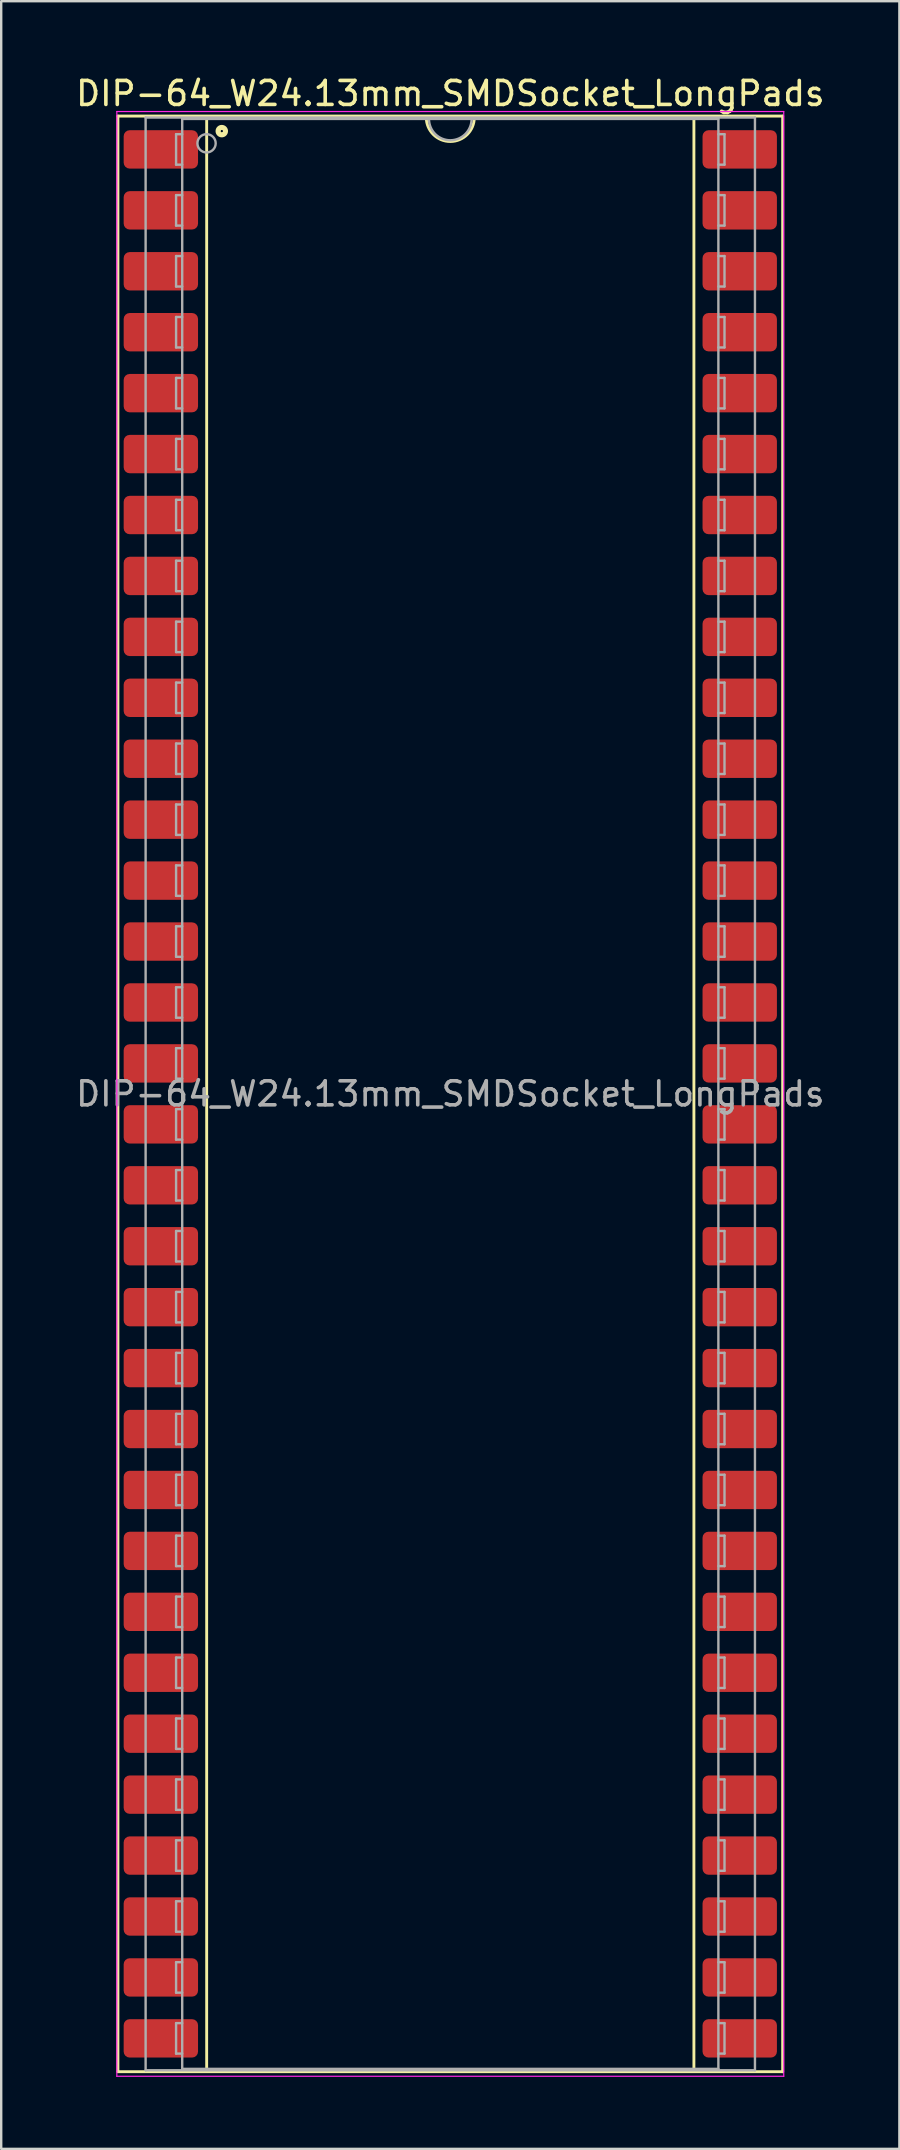
<source format=kicad_pcb>
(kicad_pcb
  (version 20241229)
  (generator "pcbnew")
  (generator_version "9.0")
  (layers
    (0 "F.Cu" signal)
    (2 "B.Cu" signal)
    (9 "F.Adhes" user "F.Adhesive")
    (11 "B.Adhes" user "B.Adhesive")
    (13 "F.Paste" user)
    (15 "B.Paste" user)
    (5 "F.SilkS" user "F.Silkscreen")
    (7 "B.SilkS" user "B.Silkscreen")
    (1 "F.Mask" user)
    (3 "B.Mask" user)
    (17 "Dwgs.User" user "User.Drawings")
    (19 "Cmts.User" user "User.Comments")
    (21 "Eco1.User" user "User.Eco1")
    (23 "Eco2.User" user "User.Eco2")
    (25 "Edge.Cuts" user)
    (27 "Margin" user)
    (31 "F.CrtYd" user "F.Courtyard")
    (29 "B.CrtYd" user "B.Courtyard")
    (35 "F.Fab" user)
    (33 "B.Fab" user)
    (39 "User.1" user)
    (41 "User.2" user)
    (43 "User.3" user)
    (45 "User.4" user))
  (footprint "DIP-64_W24.13mm_SMDSocket_LongPads"
    (layer "F.Cu")
    (at 15.72 42.548)
    (property "Reference" "DIP-64_W24.13mm_SMDSocket_LongPads" (at 0 -41.7 0) (layer "F.SilkS") (effects (font (size 1 1) (thickness 0.15))))
    (attr smd)
    (fp_line (start -13.855 -40.76) (end -13.855 40.76) (stroke (width 0.12) (type solid)) (layer "F.SilkS"))
    (fp_line (start -13.855 40.76) (end 13.855 40.76) (stroke (width 0.12) (type solid)) (layer "F.SilkS"))
    (fp_line (start -10.155 -40.7) (end -10.155 40.7) (stroke (width 0.12) (type solid)) (layer "F.SilkS"))
    (fp_line (start -10.155 40.7) (end 10.155 40.7) (stroke (width 0.12) (type solid)) (layer "F.SilkS"))
    (fp_line (start -1 -40.7) (end -10.155 -40.7) (stroke (width 0.12) (type solid)) (layer "F.SilkS"))
    (fp_line (start 10.155 -40.7) (end 1 -40.7) (stroke (width 0.12) (type solid)) (layer "F.SilkS"))
    (fp_line (start 10.155 40.7) (end 10.155 -40.7) (stroke (width 0.12) (type solid)) (layer "F.SilkS"))
    (fp_line (start 13.855 -40.76) (end -13.855 -40.76) (stroke (width 0.12) (type solid)) (layer "F.SilkS"))
    (fp_line (start 13.855 40.76) (end 13.855 -40.76) (stroke (width 0.12) (type solid)) (layer "F.SilkS"))
    (fp_arc (start 1 -40.7) (mid 0 -39.7) (end -1 -40.7) (stroke (width 0.12) (type solid)) (layer "F.SilkS"))
    (fp_circle (center -9.525 -40.132) (end -9.475 -40.132) (stroke (width 0.12) (type solid)) (fill no) (layer "F.SilkS"))
    (fp_circle (center -9.525 -40.132) (end -9.4 -40.132) (stroke (width 0.12) (type solid)) (fill no) (layer "F.SilkS"))
    (fp_circle (center -9.525 -40.132) (end -9.325 -40.132) (stroke (width 0.12) (type solid)) (fill no) (layer "F.SilkS"))
    (fp_line (start -13.9 -40.95) (end -13.9 40.95) (stroke (width 0.05) (type solid)) (layer "F.CrtYd"))
    (fp_line (start -13.9 40.95) (end 13.9 40.95) (stroke (width 0.05) (type solid)) (layer "F.CrtYd"))
    (fp_line (start 13.9 -40.95) (end -13.9 -40.95) (stroke (width 0.05) (type solid)) (layer "F.CrtYd"))
    (fp_line (start 13.9 40.95) (end 13.9 -40.95) (stroke (width 0.05) (type solid)) (layer "F.CrtYd"))
    (fp_line (start -12.7 -40.7) (end -12.7 40.7) (stroke (width 0.1) (type solid)) (layer "F.Fab"))
    (fp_line (start -12.7 40.7) (end 12.7 40.7) (stroke (width 0.1) (type solid)) (layer "F.Fab"))
    (fp_line (start -11.43 -40.005) (end -11.43 -38.735) (stroke (width 0.1) (type solid)) (layer "F.Fab"))
    (fp_line (start -11.43 -40.005) (end -11.176 -40.005) (stroke (width 0.1) (type solid)) (layer "F.Fab"))
    (fp_line (start -11.43 -38.735) (end -11.176 -38.735) (stroke (width 0.1) (type solid)) (layer "F.Fab"))
    (fp_line (start -11.43 -37.465) (end -11.43 -36.195) (stroke (width 0.1) (type solid)) (layer "F.Fab"))
    (fp_line (start -11.43 -37.465) (end -11.176 -37.465) (stroke (width 0.1) (type solid)) (layer "F.Fab"))
    (fp_line (start -11.43 -36.195) (end -11.176 -36.195) (stroke (width 0.1) (type solid)) (layer "F.Fab"))
    (fp_line (start -11.43 -34.925) (end -11.43 -33.655) (stroke (width 0.1) (type solid)) (layer "F.Fab"))
    (fp_line (start -11.43 -34.925) (end -11.176 -34.925) (stroke (width 0.1) (type solid)) (layer "F.Fab"))
    (fp_line (start -11.43 -33.655) (end -11.176 -33.655) (stroke (width 0.1) (type solid)) (layer "F.Fab"))
    (fp_line (start -11.43 -32.385) (end -11.43 -31.115) (stroke (width 0.1) (type solid)) (layer "F.Fab"))
    (fp_line (start -11.43 -32.385) (end -11.176 -32.385) (stroke (width 0.1) (type solid)) (layer "F.Fab"))
    (fp_line (start -11.43 -31.115) (end -11.176 -31.115) (stroke (width 0.1) (type solid)) (layer "F.Fab"))
    (fp_line (start -11.43 -29.845) (end -11.43 -28.575) (stroke (width 0.1) (type solid)) (layer "F.Fab"))
    (fp_line (start -11.43 -29.845) (end -11.176 -29.845) (stroke (width 0.1) (type solid)) (layer "F.Fab"))
    (fp_line (start -11.43 -28.575) (end -11.176 -28.575) (stroke (width 0.1) (type solid)) (layer "F.Fab"))
    (fp_line (start -11.43 -27.305) (end -11.43 -26.035) (stroke (width 0.1) (type solid)) (layer "F.Fab"))
    (fp_line (start -11.43 -27.305) (end -11.176 -27.305) (stroke (width 0.1) (type solid)) (layer "F.Fab"))
    (fp_line (start -11.43 -26.035) (end -11.176 -26.035) (stroke (width 0.1) (type solid)) (layer "F.Fab"))
    (fp_line (start -11.43 -24.765) (end -11.43 -23.495) (stroke (width 0.1) (type solid)) (layer "F.Fab"))
    (fp_line (start -11.43 -24.765) (end -11.176 -24.765) (stroke (width 0.1) (type solid)) (layer "F.Fab"))
    (fp_line (start -11.43 -23.495) (end -11.176 -23.495) (stroke (width 0.1) (type solid)) (layer "F.Fab"))
    (fp_line (start -11.43 -22.225) (end -11.43 -20.955) (stroke (width 0.1) (type solid)) (layer "F.Fab"))
    (fp_line (start -11.43 -22.225) (end -11.176 -22.225) (stroke (width 0.1) (type solid)) (layer "F.Fab"))
    (fp_line (start -11.43 -20.955) (end -11.176 -20.955) (stroke (width 0.1) (type solid)) (layer "F.Fab"))
    (fp_line (start -11.43 -19.685) (end -11.43 -18.415) (stroke (width 0.1) (type solid)) (layer "F.Fab"))
    (fp_line (start -11.43 -19.685) (end -11.176 -19.685) (stroke (width 0.1) (type solid)) (layer "F.Fab"))
    (fp_line (start -11.43 -18.415) (end -11.176 -18.415) (stroke (width 0.1) (type solid)) (layer "F.Fab"))
    (fp_line (start -11.43 -17.145) (end -11.43 -15.875) (stroke (width 0.1) (type solid)) (layer "F.Fab"))
    (fp_line (start -11.43 -17.145) (end -11.176 -17.145) (stroke (width 0.1) (type solid)) (layer "F.Fab"))
    (fp_line (start -11.43 -15.875) (end -11.176 -15.875) (stroke (width 0.1) (type solid)) (layer "F.Fab"))
    (fp_line (start -11.43 -14.605) (end -11.43 -13.335) (stroke (width 0.1) (type solid)) (layer "F.Fab"))
    (fp_line (start -11.43 -14.605) (end -11.176 -14.605) (stroke (width 0.1) (type solid)) (layer "F.Fab"))
    (fp_line (start -11.43 -13.335) (end -11.176 -13.335) (stroke (width 0.1) (type solid)) (layer "F.Fab"))
    (fp_line (start -11.43 -12.065) (end -11.43 -10.795) (stroke (width 0.1) (type solid)) (layer "F.Fab"))
    (fp_line (start -11.43 -12.065) (end -11.176 -12.065) (stroke (width 0.1) (type solid)) (layer "F.Fab"))
    (fp_line (start -11.43 -10.795) (end -11.176 -10.795) (stroke (width 0.1) (type solid)) (layer "F.Fab"))
    (fp_line (start -11.43 -9.525) (end -11.43 -8.255) (stroke (width 0.1) (type solid)) (layer "F.Fab"))
    (fp_line (start -11.43 -9.525) (end -11.176 -9.525) (stroke (width 0.1) (type solid)) (layer "F.Fab"))
    (fp_line (start -11.43 -8.255) (end -11.176 -8.255) (stroke (width 0.1) (type solid)) (layer "F.Fab"))
    (fp_line (start -11.43 -6.985) (end -11.43 -5.715) (stroke (width 0.1) (type solid)) (layer "F.Fab"))
    (fp_line (start -11.43 -6.985) (end -11.176 -6.985) (stroke (width 0.1) (type solid)) (layer "F.Fab"))
    (fp_line (start -11.43 -5.715) (end -11.176 -5.715) (stroke (width 0.1) (type solid)) (layer "F.Fab"))
    (fp_line (start -11.43 -4.445) (end -11.43 -3.175) (stroke (width 0.1) (type solid)) (layer "F.Fab"))
    (fp_line (start -11.43 -4.445) (end -11.176 -4.445) (stroke (width 0.1) (type solid)) (layer "F.Fab"))
    (fp_line (start -11.43 -3.175) (end -11.176 -3.175) (stroke (width 0.1) (type solid)) (layer "F.Fab"))
    (fp_line (start -11.43 -1.905) (end -11.43 -0.635) (stroke (width 0.1) (type solid)) (layer "F.Fab"))
    (fp_line (start -11.43 -1.905) (end -11.176 -1.905) (stroke (width 0.1) (type solid)) (layer "F.Fab"))
    (fp_line (start -11.43 -0.635) (end -11.176 -0.635) (stroke (width 0.1) (type solid)) (layer "F.Fab"))
    (fp_line (start -11.43 0.635) (end -11.43 1.905) (stroke (width 0.1) (type solid)) (layer "F.Fab"))
    (fp_line (start -11.43 0.635) (end -11.176 0.635) (stroke (width 0.1) (type solid)) (layer "F.Fab"))
    (fp_line (start -11.43 1.905) (end -11.176 1.905) (stroke (width 0.1) (type solid)) (layer "F.Fab"))
    (fp_line (start -11.43 3.175) (end -11.43 4.445) (stroke (width 0.1) (type solid)) (layer "F.Fab"))
    (fp_line (start -11.43 3.175) (end -11.176 3.175) (stroke (width 0.1) (type solid)) (layer "F.Fab"))
    (fp_line (start -11.43 4.445) (end -11.176 4.445) (stroke (width 0.1) (type solid)) (layer "F.Fab"))
    (fp_line (start -11.43 5.715) (end -11.43 6.985) (stroke (width 0.1) (type solid)) (layer "F.Fab"))
    (fp_line (start -11.43 5.715) (end -11.176 5.715) (stroke (width 0.1) (type solid)) (layer "F.Fab"))
    (fp_line (start -11.43 6.985) (end -11.176 6.985) (stroke (width 0.1) (type solid)) (layer "F.Fab"))
    (fp_line (start -11.43 8.255) (end -11.43 9.525) (stroke (width 0.1) (type solid)) (layer "F.Fab"))
    (fp_line (start -11.43 8.255) (end -11.176 8.255) (stroke (width 0.1) (type solid)) (layer "F.Fab"))
    (fp_line (start -11.43 9.525) (end -11.176 9.525) (stroke (width 0.1) (type solid)) (layer "F.Fab"))
    (fp_line (start -11.43 10.795) (end -11.43 12.065) (stroke (width 0.1) (type solid)) (layer "F.Fab"))
    (fp_line (start -11.43 10.795) (end -11.176 10.795) (stroke (width 0.1) (type solid)) (layer "F.Fab"))
    (fp_line (start -11.43 12.065) (end -11.176 12.065) (stroke (width 0.1) (type solid)) (layer "F.Fab"))
    (fp_line (start -11.43 13.335) (end -11.43 14.605) (stroke (width 0.1) (type solid)) (layer "F.Fab"))
    (fp_line (start -11.43 13.335) (end -11.176 13.335) (stroke (width 0.1) (type solid)) (layer "F.Fab"))
    (fp_line (start -11.43 14.605) (end -11.176 14.605) (stroke (width 0.1) (type solid)) (layer "F.Fab"))
    (fp_line (start -11.43 15.875) (end -11.43 17.145) (stroke (width 0.1) (type solid)) (layer "F.Fab"))
    (fp_line (start -11.43 15.875) (end -11.176 15.875) (stroke (width 0.1) (type solid)) (layer "F.Fab"))
    (fp_line (start -11.43 17.145) (end -11.176 17.145) (stroke (width 0.1) (type solid)) (layer "F.Fab"))
    (fp_line (start -11.43 18.415) (end -11.43 19.685) (stroke (width 0.1) (type solid)) (layer "F.Fab"))
    (fp_line (start -11.43 18.415) (end -11.176 18.415) (stroke (width 0.1) (type solid)) (layer "F.Fab"))
    (fp_line (start -11.43 19.685) (end -11.176 19.685) (stroke (width 0.1) (type solid)) (layer "F.Fab"))
    (fp_line (start -11.43 20.955) (end -11.43 22.225) (stroke (width 0.1) (type solid)) (layer "F.Fab"))
    (fp_line (start -11.43 20.955) (end -11.176 20.955) (stroke (width 0.1) (type solid)) (layer "F.Fab"))
    (fp_line (start -11.43 22.225) (end -11.176 22.225) (stroke (width 0.1) (type solid)) (layer "F.Fab"))
    (fp_line (start -11.43 23.495) (end -11.43 24.765) (stroke (width 0.1) (type solid)) (layer "F.Fab"))
    (fp_line (start -11.43 23.495) (end -11.176 23.495) (stroke (width 0.1) (type solid)) (layer "F.Fab"))
    (fp_line (start -11.43 24.765) (end -11.176 24.765) (stroke (width 0.1) (type solid)) (layer "F.Fab"))
    (fp_line (start -11.43 26.035) (end -11.43 27.305) (stroke (width 0.1) (type solid)) (layer "F.Fab"))
    (fp_line (start -11.43 26.035) (end -11.176 26.035) (stroke (width 0.1) (type solid)) (layer "F.Fab"))
    (fp_line (start -11.43 27.305) (end -11.176 27.305) (stroke (width 0.1) (type solid)) (layer "F.Fab"))
    (fp_line (start -11.43 28.575) (end -11.43 29.845) (stroke (width 0.1) (type solid)) (layer "F.Fab"))
    (fp_line (start -11.43 28.575) (end -11.176 28.575) (stroke (width 0.1) (type solid)) (layer "F.Fab"))
    (fp_line (start -11.43 29.845) (end -11.176 29.845) (stroke (width 0.1) (type solid)) (layer "F.Fab"))
    (fp_line (start -11.43 31.115) (end -11.43 32.385) (stroke (width 0.1) (type solid)) (layer "F.Fab"))
    (fp_line (start -11.43 31.115) (end -11.176 31.115) (stroke (width 0.1) (type solid)) (layer "F.Fab"))
    (fp_line (start -11.43 32.385) (end -11.176 32.385) (stroke (width 0.1) (type solid)) (layer "F.Fab"))
    (fp_line (start -11.43 33.655) (end -11.43 34.925) (stroke (width 0.1) (type solid)) (layer "F.Fab"))
    (fp_line (start -11.43 33.655) (end -11.176 33.655) (stroke (width 0.1) (type solid)) (layer "F.Fab"))
    (fp_line (start -11.43 34.925) (end -11.176 34.925) (stroke (width 0.1) (type solid)) (layer "F.Fab"))
    (fp_line (start -11.43 36.195) (end -11.43 37.465) (stroke (width 0.1) (type solid)) (layer "F.Fab"))
    (fp_line (start -11.43 36.195) (end -11.176 36.195) (stroke (width 0.1) (type solid)) (layer "F.Fab"))
    (fp_line (start -11.43 37.465) (end -11.176 37.465) (stroke (width 0.1) (type solid)) (layer "F.Fab"))
    (fp_line (start -11.43 38.735) (end -11.43 40.005) (stroke (width 0.1) (type solid)) (layer "F.Fab"))
    (fp_line (start -11.43 38.735) (end -11.176 38.735) (stroke (width 0.1) (type solid)) (layer "F.Fab"))
    (fp_line (start -11.43 40.005) (end -11.176 40.005) (stroke (width 0.1) (type solid)) (layer "F.Fab"))
    (fp_line (start -11.175 -40.64) (end 11.175 -40.64) (stroke (width 0.1) (type solid)) (layer "F.Fab"))
    (fp_line (start -11.175 40.64) (end -11.175 -40.64) (stroke (width 0.1) (type solid)) (layer "F.Fab"))
    (fp_line (start 11.175 -40.64) (end 11.175 40.64) (stroke (width 0.1) (type solid)) (layer "F.Fab"))
    (fp_line (start 11.175 40.64) (end -11.175 40.64) (stroke (width 0.1) (type solid)) (layer "F.Fab"))
    (fp_line (start 11.43 -40.005) (end 11.176 -40.005) (stroke (width 0.1) (type solid)) (layer "F.Fab"))
    (fp_line (start 11.43 -38.735) (end 11.176 -38.735) (stroke (width 0.1) (type solid)) (layer "F.Fab"))
    (fp_line (start 11.43 -38.735) (end 11.43 -40.005) (stroke (width 0.1) (type solid)) (layer "F.Fab"))
    (fp_line (start 11.43 -37.465) (end 11.176 -37.465) (stroke (width 0.1) (type solid)) (layer "F.Fab"))
    (fp_line (start 11.43 -36.195) (end 11.176 -36.195) (stroke (width 0.1) (type solid)) (layer "F.Fab"))
    (fp_line (start 11.43 -36.195) (end 11.43 -37.465) (stroke (width 0.1) (type solid)) (layer "F.Fab"))
    (fp_line (start 11.43 -34.925) (end 11.176 -34.925) (stroke (width 0.1) (type solid)) (layer "F.Fab"))
    (fp_line (start 11.43 -33.655) (end 11.176 -33.655) (stroke (width 0.1) (type solid)) (layer "F.Fab"))
    (fp_line (start 11.43 -33.655) (end 11.43 -34.925) (stroke (width 0.1) (type solid)) (layer "F.Fab"))
    (fp_line (start 11.43 -32.385) (end 11.176 -32.385) (stroke (width 0.1) (type solid)) (layer "F.Fab"))
    (fp_line (start 11.43 -31.115) (end 11.176 -31.115) (stroke (width 0.1) (type solid)) (layer "F.Fab"))
    (fp_line (start 11.43 -31.115) (end 11.43 -32.385) (stroke (width 0.1) (type solid)) (layer "F.Fab"))
    (fp_line (start 11.43 -29.845) (end 11.176 -29.845) (stroke (width 0.1) (type solid)) (layer "F.Fab"))
    (fp_line (start 11.43 -28.575) (end 11.176 -28.575) (stroke (width 0.1) (type solid)) (layer "F.Fab"))
    (fp_line (start 11.43 -28.575) (end 11.43 -29.845) (stroke (width 0.1) (type solid)) (layer "F.Fab"))
    (fp_line (start 11.43 -27.305) (end 11.176 -27.305) (stroke (width 0.1) (type solid)) (layer "F.Fab"))
    (fp_line (start 11.43 -26.035) (end 11.176 -26.035) (stroke (width 0.1) (type solid)) (layer "F.Fab"))
    (fp_line (start 11.43 -26.035) (end 11.43 -27.305) (stroke (width 0.1) (type solid)) (layer "F.Fab"))
    (fp_line (start 11.43 -24.765) (end 11.176 -24.765) (stroke (width 0.1) (type solid)) (layer "F.Fab"))
    (fp_line (start 11.43 -23.495) (end 11.176 -23.495) (stroke (width 0.1) (type solid)) (layer "F.Fab"))
    (fp_line (start 11.43 -23.495) (end 11.43 -24.765) (stroke (width 0.1) (type solid)) (layer "F.Fab"))
    (fp_line (start 11.43 -22.225) (end 11.176 -22.225) (stroke (width 0.1) (type solid)) (layer "F.Fab"))
    (fp_line (start 11.43 -20.955) (end 11.176 -20.955) (stroke (width 0.1) (type solid)) (layer "F.Fab"))
    (fp_line (start 11.43 -20.955) (end 11.43 -22.225) (stroke (width 0.1) (type solid)) (layer "F.Fab"))
    (fp_line (start 11.43 -19.685) (end 11.176 -19.685) (stroke (width 0.1) (type solid)) (layer "F.Fab"))
    (fp_line (start 11.43 -18.415) (end 11.176 -18.415) (stroke (width 0.1) (type solid)) (layer "F.Fab"))
    (fp_line (start 11.43 -18.415) (end 11.43 -19.685) (stroke (width 0.1) (type solid)) (layer "F.Fab"))
    (fp_line (start 11.43 -17.145) (end 11.176 -17.145) (stroke (width 0.1) (type solid)) (layer "F.Fab"))
    (fp_line (start 11.43 -15.875) (end 11.176 -15.875) (stroke (width 0.1) (type solid)) (layer "F.Fab"))
    (fp_line (start 11.43 -15.875) (end 11.43 -17.145) (stroke (width 0.1) (type solid)) (layer "F.Fab"))
    (fp_line (start 11.43 -14.605) (end 11.176 -14.605) (stroke (width 0.1) (type solid)) (layer "F.Fab"))
    (fp_line (start 11.43 -13.335) (end 11.176 -13.335) (stroke (width 0.1) (type solid)) (layer "F.Fab"))
    (fp_line (start 11.43 -13.335) (end 11.43 -14.605) (stroke (width 0.1) (type solid)) (layer "F.Fab"))
    (fp_line (start 11.43 -12.065) (end 11.176 -12.065) (stroke (width 0.1) (type solid)) (layer "F.Fab"))
    (fp_line (start 11.43 -10.795) (end 11.176 -10.795) (stroke (width 0.1) (type solid)) (layer "F.Fab"))
    (fp_line (start 11.43 -10.795) (end 11.43 -12.065) (stroke (width 0.1) (type solid)) (layer "F.Fab"))
    (fp_line (start 11.43 -9.525) (end 11.176 -9.525) (stroke (width 0.1) (type solid)) (layer "F.Fab"))
    (fp_line (start 11.43 -8.255) (end 11.176 -8.255) (stroke (width 0.1) (type solid)) (layer "F.Fab"))
    (fp_line (start 11.43 -8.255) (end 11.43 -9.525) (stroke (width 0.1) (type solid)) (layer "F.Fab"))
    (fp_line (start 11.43 -6.985) (end 11.176 -6.985) (stroke (width 0.1) (type solid)) (layer "F.Fab"))
    (fp_line (start 11.43 -5.715) (end 11.176 -5.715) (stroke (width 0.1) (type solid)) (layer "F.Fab"))
    (fp_line (start 11.43 -5.715) (end 11.43 -6.985) (stroke (width 0.1) (type solid)) (layer "F.Fab"))
    (fp_line (start 11.43 -4.445) (end 11.176 -4.445) (stroke (width 0.1) (type solid)) (layer "F.Fab"))
    (fp_line (start 11.43 -3.175) (end 11.176 -3.175) (stroke (width 0.1) (type solid)) (layer "F.Fab"))
    (fp_line (start 11.43 -3.175) (end 11.43 -4.445) (stroke (width 0.1) (type solid)) (layer "F.Fab"))
    (fp_line (start 11.43 -1.905) (end 11.176 -1.905) (stroke (width 0.1) (type solid)) (layer "F.Fab"))
    (fp_line (start 11.43 -0.635) (end 11.176 -0.635) (stroke (width 0.1) (type solid)) (layer "F.Fab"))
    (fp_line (start 11.43 -0.635) (end 11.43 -1.905) (stroke (width 0.1) (type solid)) (layer "F.Fab"))
    (fp_line (start 11.43 0.635) (end 11.176 0.635) (stroke (width 0.1) (type solid)) (layer "F.Fab"))
    (fp_line (start 11.43 1.905) (end 11.176 1.905) (stroke (width 0.1) (type solid)) (layer "F.Fab"))
    (fp_line (start 11.43 1.905) (end 11.43 0.635) (stroke (width 0.1) (type solid)) (layer "F.Fab"))
    (fp_line (start 11.43 3.175) (end 11.176 3.175) (stroke (width 0.1) (type solid)) (layer "F.Fab"))
    (fp_line (start 11.43 4.445) (end 11.176 4.445) (stroke (width 0.1) (type solid)) (layer "F.Fab"))
    (fp_line (start 11.43 4.445) (end 11.43 3.175) (stroke (width 0.1) (type solid)) (layer "F.Fab"))
    (fp_line (start 11.43 5.715) (end 11.176 5.715) (stroke (width 0.1) (type solid)) (layer "F.Fab"))
    (fp_line (start 11.43 6.985) (end 11.176 6.985) (stroke (width 0.1) (type solid)) (layer "F.Fab"))
    (fp_line (start 11.43 6.985) (end 11.43 5.715) (stroke (width 0.1) (type solid)) (layer "F.Fab"))
    (fp_line (start 11.43 8.255) (end 11.176 8.255) (stroke (width 0.1) (type solid)) (layer "F.Fab"))
    (fp_line (start 11.43 9.525) (end 11.176 9.525) (stroke (width 0.1) (type solid)) (layer "F.Fab"))
    (fp_line (start 11.43 9.525) (end 11.43 8.255) (stroke (width 0.1) (type solid)) (layer "F.Fab"))
    (fp_line (start 11.43 10.795) (end 11.176 10.795) (stroke (width 0.1) (type solid)) (layer "F.Fab"))
    (fp_line (start 11.43 12.065) (end 11.176 12.065) (stroke (width 0.1) (type solid)) (layer "F.Fab"))
    (fp_line (start 11.43 12.065) (end 11.43 10.795) (stroke (width 0.1) (type solid)) (layer "F.Fab"))
    (fp_line (start 11.43 13.335) (end 11.176 13.335) (stroke (width 0.1) (type solid)) (layer "F.Fab"))
    (fp_line (start 11.43 14.605) (end 11.176 14.605) (stroke (width 0.1) (type solid)) (layer "F.Fab"))
    (fp_line (start 11.43 14.605) (end 11.43 13.335) (stroke (width 0.1) (type solid)) (layer "F.Fab"))
    (fp_line (start 11.43 15.875) (end 11.176 15.875) (stroke (width 0.1) (type solid)) (layer "F.Fab"))
    (fp_line (start 11.43 17.145) (end 11.176 17.145) (stroke (width 0.1) (type solid)) (layer "F.Fab"))
    (fp_line (start 11.43 17.145) (end 11.43 15.875) (stroke (width 0.1) (type solid)) (layer "F.Fab"))
    (fp_line (start 11.43 18.415) (end 11.176 18.415) (stroke (width 0.1) (type solid)) (layer "F.Fab"))
    (fp_line (start 11.43 19.685) (end 11.176 19.685) (stroke (width 0.1) (type solid)) (layer "F.Fab"))
    (fp_line (start 11.43 19.685) (end 11.43 18.415) (stroke (width 0.1) (type solid)) (layer "F.Fab"))
    (fp_line (start 11.43 20.955) (end 11.176 20.955) (stroke (width 0.1) (type solid)) (layer "F.Fab"))
    (fp_line (start 11.43 22.225) (end 11.176 22.225) (stroke (width 0.1) (type solid)) (layer "F.Fab"))
    (fp_line (start 11.43 22.225) (end 11.43 20.955) (stroke (width 0.1) (type solid)) (layer "F.Fab"))
    (fp_line (start 11.43 23.495) (end 11.176 23.495) (stroke (width 0.1) (type solid)) (layer "F.Fab"))
    (fp_line (start 11.43 24.765) (end 11.176 24.765) (stroke (width 0.1) (type solid)) (layer "F.Fab"))
    (fp_line (start 11.43 24.765) (end 11.43 23.495) (stroke (width 0.1) (type solid)) (layer "F.Fab"))
    (fp_line (start 11.43 26.035) (end 11.176 26.035) (stroke (width 0.1) (type solid)) (layer "F.Fab"))
    (fp_line (start 11.43 27.305) (end 11.176 27.305) (stroke (width 0.1) (type solid)) (layer "F.Fab"))
    (fp_line (start 11.43 27.305) (end 11.43 26.035) (stroke (width 0.1) (type solid)) (layer "F.Fab"))
    (fp_line (start 11.43 28.575) (end 11.176 28.575) (stroke (width 0.1) (type solid)) (layer "F.Fab"))
    (fp_line (start 11.43 29.845) (end 11.176 29.845) (stroke (width 0.1) (type solid)) (layer "F.Fab"))
    (fp_line (start 11.43 29.845) (end 11.43 28.575) (stroke (width 0.1) (type solid)) (layer "F.Fab"))
    (fp_line (start 11.43 31.115) (end 11.176 31.115) (stroke (width 0.1) (type solid)) (layer "F.Fab"))
    (fp_line (start 11.43 32.385) (end 11.176 32.385) (stroke (width 0.1) (type solid)) (layer "F.Fab"))
    (fp_line (start 11.43 32.385) (end 11.43 31.115) (stroke (width 0.1) (type solid)) (layer "F.Fab"))
    (fp_line (start 11.43 33.655) (end 11.176 33.655) (stroke (width 0.1) (type solid)) (layer "F.Fab"))
    (fp_line (start 11.43 34.925) (end 11.176 34.925) (stroke (width 0.1) (type solid)) (layer "F.Fab"))
    (fp_line (start 11.43 34.925) (end 11.43 33.655) (stroke (width 0.1) (type solid)) (layer "F.Fab"))
    (fp_line (start 11.43 36.195) (end 11.176 36.195) (stroke (width 0.1) (type solid)) (layer "F.Fab"))
    (fp_line (start 11.43 37.465) (end 11.176 37.465) (stroke (width 0.1) (type solid)) (layer "F.Fab"))
    (fp_line (start 11.43 37.465) (end 11.43 36.195) (stroke (width 0.1) (type solid)) (layer "F.Fab"))
    (fp_line (start 11.43 38.735) (end 11.176 38.735) (stroke (width 0.1) (type solid)) (layer "F.Fab"))
    (fp_line (start 11.43 40.005) (end 11.176 40.005) (stroke (width 0.1) (type solid)) (layer "F.Fab"))
    (fp_line (start 11.43 40.005) (end 11.43 38.735) (stroke (width 0.1) (type solid)) (layer "F.Fab"))
    (fp_line (start 12.7 -40.7) (end -12.7 -40.7) (stroke (width 0.1) (type solid)) (layer "F.Fab"))
    (fp_line (start 12.7 40.7) (end 12.7 -40.7) (stroke (width 0.1) (type solid)) (layer "F.Fab"))
    (fp_arc (start 0.889 -40.64) (mid 0 -39.751) (end -0.889 -40.64) (stroke (width 0.1) (type solid)) (layer "F.Fab"))
    (fp_circle (center -10.16 -39.624) (end -9.779 -39.624) (stroke (width 0.1) (type solid)) (fill no) (layer "F.Fab"))
    (fp_text user "${REFERENCE}" (at 0 0 0) (layer "F.Fab") (effects (font (size 1 1) (thickness 0.15))))
    (pad "1" smd roundrect (at -12.065 -39.37) (size 3.1 1.6) (layers "F.Cu" "F.Mask" "F.Paste") (roundrect_rratio 0.156))
    (pad "2" smd roundrect (at -12.065 -36.83) (size 3.1 1.6) (layers "F.Cu" "F.Mask" "F.Paste") (roundrect_rratio 0.156))
    (pad "3" smd roundrect (at -12.065 -34.29) (size 3.1 1.6) (layers "F.Cu" "F.Mask" "F.Paste") (roundrect_rratio 0.156))
    (pad "4" smd roundrect (at -12.065 -31.75) (size 3.1 1.6) (layers "F.Cu" "F.Mask" "F.Paste") (roundrect_rratio 0.156))
    (pad "5" smd roundrect (at -12.065 -29.21) (size 3.1 1.6) (layers "F.Cu" "F.Mask" "F.Paste") (roundrect_rratio 0.156))
    (pad "6" smd roundrect (at -12.065 -26.67) (size 3.1 1.6) (layers "F.Cu" "F.Mask" "F.Paste") (roundrect_rratio 0.156))
    (pad "7" smd roundrect (at -12.065 -24.13) (size 3.1 1.6) (layers "F.Cu" "F.Mask" "F.Paste") (roundrect_rratio 0.156))
    (pad "8" smd roundrect (at -12.065 -21.59) (size 3.1 1.6) (layers "F.Cu" "F.Mask" "F.Paste") (roundrect_rratio 0.156))
    (pad "9" smd roundrect (at -12.065 -19.05) (size 3.1 1.6) (layers "F.Cu" "F.Mask" "F.Paste") (roundrect_rratio 0.156))
    (pad "10" smd roundrect (at -12.065 -16.51) (size 3.1 1.6) (layers "F.Cu" "F.Mask" "F.Paste") (roundrect_rratio 0.156))
    (pad "11" smd roundrect (at -12.065 -13.97) (size 3.1 1.6) (layers "F.Cu" "F.Mask" "F.Paste") (roundrect_rratio 0.156))
    (pad "12" smd roundrect (at -12.065 -11.43) (size 3.1 1.6) (layers "F.Cu" "F.Mask" "F.Paste") (roundrect_rratio 0.156))
    (pad "13" smd roundrect (at -12.065 -8.89) (size 3.1 1.6) (layers "F.Cu" "F.Mask" "F.Paste") (roundrect_rratio 0.156))
    (pad "14" smd roundrect (at -12.065 -6.35) (size 3.1 1.6) (layers "F.Cu" "F.Mask" "F.Paste") (roundrect_rratio 0.156))
    (pad "15" smd roundrect (at -12.065 -3.81) (size 3.1 1.6) (layers "F.Cu" "F.Mask" "F.Paste") (roundrect_rratio 0.156))
    (pad "16" smd roundrect (at -12.065 -1.27) (size 3.1 1.6) (layers "F.Cu" "F.Mask" "F.Paste") (roundrect_rratio 0.156))
    (pad "17" smd roundrect (at -12.065 1.27) (size 3.1 1.6) (layers "F.Cu" "F.Mask" "F.Paste") (roundrect_rratio 0.156))
    (pad "18" smd roundrect (at -12.065 3.81) (size 3.1 1.6) (layers "F.Cu" "F.Mask" "F.Paste") (roundrect_rratio 0.156))
    (pad "19" smd roundrect (at -12.065 6.35) (size 3.1 1.6) (layers "F.Cu" "F.Mask" "F.Paste") (roundrect_rratio 0.156))
    (pad "20" smd roundrect (at -12.065 8.89) (size 3.1 1.6) (layers "F.Cu" "F.Mask" "F.Paste") (roundrect_rratio 0.156))
    (pad "21" smd roundrect (at -12.065 11.43) (size 3.1 1.6) (layers "F.Cu" "F.Mask" "F.Paste") (roundrect_rratio 0.156))
    (pad "22" smd roundrect (at -12.065 13.97) (size 3.1 1.6) (layers "F.Cu" "F.Mask" "F.Paste") (roundrect_rratio 0.156))
    (pad "23" smd roundrect (at -12.065 16.51) (size 3.1 1.6) (layers "F.Cu" "F.Mask" "F.Paste") (roundrect_rratio 0.156))
    (pad "24" smd roundrect (at -12.065 19.05) (size 3.1 1.6) (layers "F.Cu" "F.Mask" "F.Paste") (roundrect_rratio 0.156))
    (pad "25" smd roundrect (at -12.065 21.59) (size 3.1 1.6) (layers "F.Cu" "F.Mask" "F.Paste") (roundrect_rratio 0.156))
    (pad "26" smd roundrect (at -12.065 24.13) (size 3.1 1.6) (layers "F.Cu" "F.Mask" "F.Paste") (roundrect_rratio 0.156))
    (pad "27" smd roundrect (at -12.065 26.67) (size 3.1 1.6) (layers "F.Cu" "F.Mask" "F.Paste") (roundrect_rratio 0.156))
    (pad "28" smd roundrect (at -12.065 29.21) (size 3.1 1.6) (layers "F.Cu" "F.Mask" "F.Paste") (roundrect_rratio 0.156))
    (pad "29" smd roundrect (at -12.065 31.75) (size 3.1 1.6) (layers "F.Cu" "F.Mask" "F.Paste") (roundrect_rratio 0.156))
    (pad "30" smd roundrect (at -12.065 34.29) (size 3.1 1.6) (layers "F.Cu" "F.Mask" "F.Paste") (roundrect_rratio 0.156))
    (pad "31" smd roundrect (at -12.065 36.83) (size 3.1 1.6) (layers "F.Cu" "F.Mask" "F.Paste") (roundrect_rratio 0.156))
    (pad "32" smd roundrect (at -12.065 39.37) (size 3.1 1.6) (layers "F.Cu" "F.Mask" "F.Paste") (roundrect_rratio 0.156))
    (pad "33" smd roundrect (at 12.065 39.37) (size 3.1 1.6) (layers "F.Cu" "F.Mask" "F.Paste") (roundrect_rratio 0.156))
    (pad "34" smd roundrect (at 12.065 36.83) (size 3.1 1.6) (layers "F.Cu" "F.Mask" "F.Paste") (roundrect_rratio 0.156))
    (pad "35" smd roundrect (at 12.065 34.29) (size 3.1 1.6) (layers "F.Cu" "F.Mask" "F.Paste") (roundrect_rratio 0.156))
    (pad "36" smd roundrect (at 12.065 31.75) (size 3.1 1.6) (layers "F.Cu" "F.Mask" "F.Paste") (roundrect_rratio 0.156))
    (pad "37" smd roundrect (at 12.065 29.21) (size 3.1 1.6) (layers "F.Cu" "F.Mask" "F.Paste") (roundrect_rratio 0.156))
    (pad "38" smd roundrect (at 12.065 26.67) (size 3.1 1.6) (layers "F.Cu" "F.Mask" "F.Paste") (roundrect_rratio 0.156))
    (pad "39" smd roundrect (at 12.065 24.13) (size 3.1 1.6) (layers "F.Cu" "F.Mask" "F.Paste") (roundrect_rratio 0.156))
    (pad "40" smd roundrect (at 12.065 21.59) (size 3.1 1.6) (layers "F.Cu" "F.Mask" "F.Paste") (roundrect_rratio 0.156))
    (pad "41" smd roundrect (at 12.065 19.05) (size 3.1 1.6) (layers "F.Cu" "F.Mask" "F.Paste") (roundrect_rratio 0.156))
    (pad "42" smd roundrect (at 12.065 16.51) (size 3.1 1.6) (layers "F.Cu" "F.Mask" "F.Paste") (roundrect_rratio 0.156))
    (pad "43" smd roundrect (at 12.065 13.97) (size 3.1 1.6) (layers "F.Cu" "F.Mask" "F.Paste") (roundrect_rratio 0.156))
    (pad "44" smd roundrect (at 12.065 11.43) (size 3.1 1.6) (layers "F.Cu" "F.Mask" "F.Paste") (roundrect_rratio 0.156))
    (pad "45" smd roundrect (at 12.065 8.89) (size 3.1 1.6) (layers "F.Cu" "F.Mask" "F.Paste") (roundrect_rratio 0.156))
    (pad "46" smd roundrect (at 12.065 6.35) (size 3.1 1.6) (layers "F.Cu" "F.Mask" "F.Paste") (roundrect_rratio 0.156))
    (pad "47" smd roundrect (at 12.065 3.81) (size 3.1 1.6) (layers "F.Cu" "F.Mask" "F.Paste") (roundrect_rratio 0.156))
    (pad "48" smd roundrect (at 12.065 1.27) (size 3.1 1.6) (layers "F.Cu" "F.Mask" "F.Paste") (roundrect_rratio 0.156))
    (pad "49" smd roundrect (at 12.065 -1.27) (size 3.1 1.6) (layers "F.Cu" "F.Mask" "F.Paste") (roundrect_rratio 0.156))
    (pad "50" smd roundrect (at 12.065 -3.81) (size 3.1 1.6) (layers "F.Cu" "F.Mask" "F.Paste") (roundrect_rratio 0.156))
    (pad "51" smd roundrect (at 12.065 -6.35) (size 3.1 1.6) (layers "F.Cu" "F.Mask" "F.Paste") (roundrect_rratio 0.156))
    (pad "52" smd roundrect (at 12.065 -8.89) (size 3.1 1.6) (layers "F.Cu" "F.Mask" "F.Paste") (roundrect_rratio 0.156))
    (pad "53" smd roundrect (at 12.065 -11.43) (size 3.1 1.6) (layers "F.Cu" "F.Mask" "F.Paste") (roundrect_rratio 0.156))
    (pad "54" smd roundrect (at 12.065 -13.97) (size 3.1 1.6) (layers "F.Cu" "F.Mask" "F.Paste") (roundrect_rratio 0.156))
    (pad "55" smd roundrect (at 12.065 -16.51) (size 3.1 1.6) (layers "F.Cu" "F.Mask" "F.Paste") (roundrect_rratio 0.156))
    (pad "56" smd roundrect (at 12.065 -19.05) (size 3.1 1.6) (layers "F.Cu" "F.Mask" "F.Paste") (roundrect_rratio 0.156))
    (pad "57" smd roundrect (at 12.065 -21.59) (size 3.1 1.6) (layers "F.Cu" "F.Mask" "F.Paste") (roundrect_rratio 0.156))
    (pad "58" smd roundrect (at 12.065 -24.13) (size 3.1 1.6) (layers "F.Cu" "F.Mask" "F.Paste") (roundrect_rratio 0.156))
    (pad "59" smd roundrect (at 12.065 -26.67) (size 3.1 1.6) (layers "F.Cu" "F.Mask" "F.Paste") (roundrect_rratio 0.156))
    (pad "60" smd roundrect (at 12.065 -29.21) (size 3.1 1.6) (layers "F.Cu" "F.Mask" "F.Paste") (roundrect_rratio 0.156))
    (pad "61" smd roundrect (at 12.065 -31.75) (size 3.1 1.6) (layers "F.Cu" "F.Mask" "F.Paste") (roundrect_rratio 0.156))
    (pad "62" smd roundrect (at 12.065 -34.29) (size 3.1 1.6) (layers "F.Cu" "F.Mask" "F.Paste") (roundrect_rratio 0.156))
    (pad "63" smd roundrect (at 12.065 -36.83) (size 3.1 1.6) (layers "F.Cu" "F.Mask" "F.Paste") (roundrect_rratio 0.156))
    (pad "64" smd roundrect (at 12.065 -39.37) (size 3.1 1.6) (layers "F.Cu" "F.Mask" "F.Paste") (roundrect_rratio 0.156)))
  (gr_rect
    (start -3 -3)
    (end 34.44 86.523)
    (stroke (width 0.1) (type default))
    (fill no)
    (layer "Edge.Cuts")))
</source>
